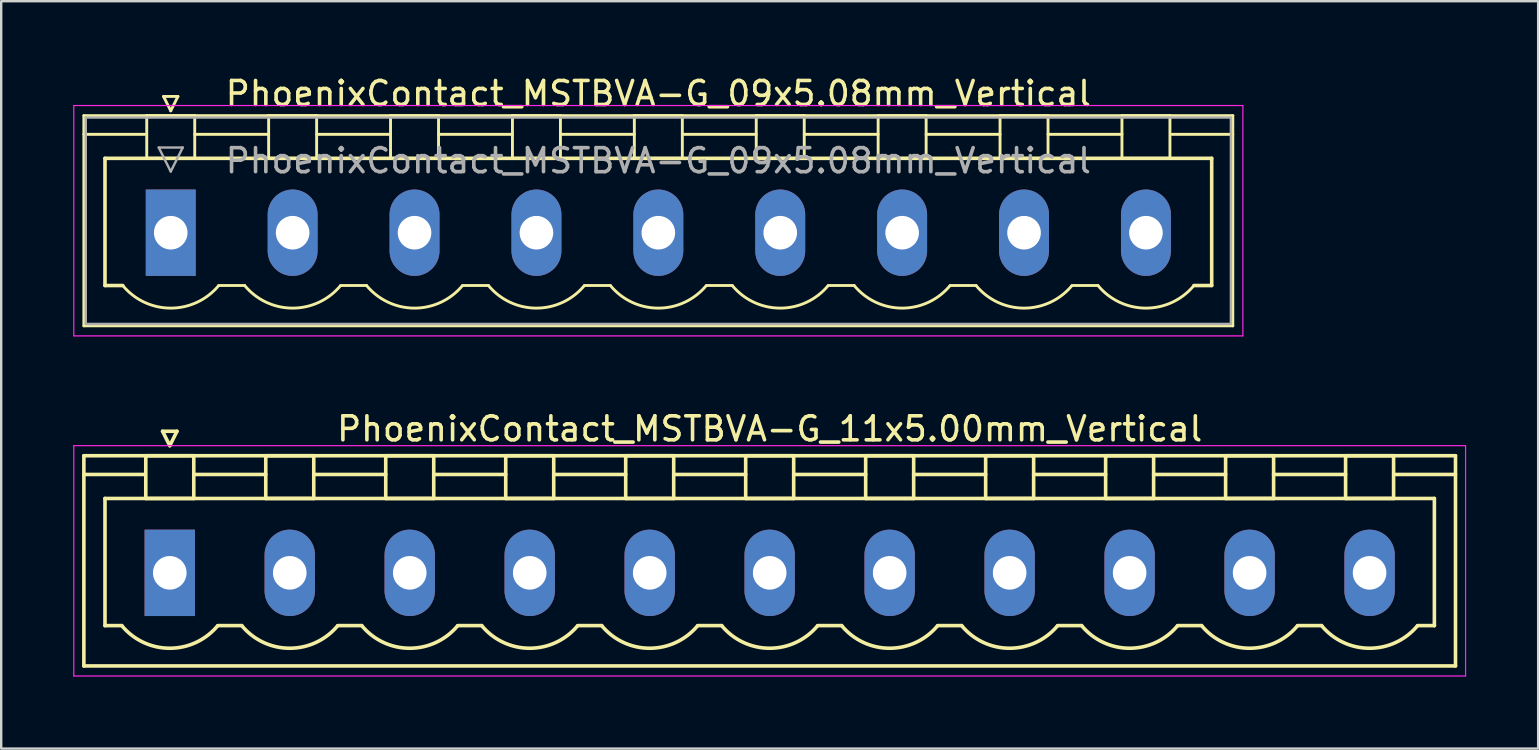
<source format=kicad_pcb>
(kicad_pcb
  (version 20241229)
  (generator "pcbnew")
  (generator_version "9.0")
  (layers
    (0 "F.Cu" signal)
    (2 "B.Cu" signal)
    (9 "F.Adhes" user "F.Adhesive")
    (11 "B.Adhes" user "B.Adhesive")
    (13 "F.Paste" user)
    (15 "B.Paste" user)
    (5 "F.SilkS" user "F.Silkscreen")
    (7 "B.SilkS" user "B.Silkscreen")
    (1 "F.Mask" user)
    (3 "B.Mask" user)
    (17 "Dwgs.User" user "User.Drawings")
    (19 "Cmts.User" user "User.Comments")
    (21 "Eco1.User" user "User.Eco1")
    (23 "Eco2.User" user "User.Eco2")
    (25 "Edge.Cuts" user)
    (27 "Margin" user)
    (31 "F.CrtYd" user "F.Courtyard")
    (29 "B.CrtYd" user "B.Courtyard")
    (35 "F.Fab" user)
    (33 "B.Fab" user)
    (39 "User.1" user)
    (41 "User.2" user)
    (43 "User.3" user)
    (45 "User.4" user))
  (footprint "PhoenixContact_MSTBVA-G_11x5.00mm_Vertical"
    (layer "F.Cu")
    (at 4.025 20.822)
    (property "Reference" "PhoenixContact_MSTBVA-G_11x5.00mm_Vertical" (at 25 -6 0) (layer "F.SilkS") (effects (font (size 1 1) (thickness 0.15))))
    (attr through_hole)
    (fp_line (start -3.58 -4.88) (end -3.58 3.88) (stroke (width 0.15) (type solid)) (layer "F.SilkS"))
    (fp_line (start -3.58 -4.1) (end -1.08 -4.1) (stroke (width 0.15) (type solid)) (layer "F.SilkS"))
    (fp_line (start -3.58 3.88) (end 53.58 3.88) (stroke (width 0.15) (type solid)) (layer "F.SilkS"))
    (fp_line (start -2.7 -3.1) (end 52.7 -3.1) (stroke (width 0.15) (type solid)) (layer "F.SilkS"))
    (fp_line (start -2.7 2.2) (end -2.7 -3.1) (stroke (width 0.15) (type solid)) (layer "F.SilkS"))
    (fp_line (start -2 2.2) (end -2.7 2.2) (stroke (width 0.15) (type solid)) (layer "F.SilkS"))
    (fp_line (start -1 -4.88) (end 1 -4.88) (stroke (width 0.15) (type solid)) (layer "F.SilkS"))
    (fp_line (start -1 -3.1) (end -1 -4.88) (stroke (width 0.15) (type solid)) (layer "F.SilkS"))
    (fp_line (start -0.3 -5.9) (end 0 -5.3) (stroke (width 0.15) (type solid)) (layer "F.SilkS"))
    (fp_line (start 0 -5.3) (end 0.3 -5.9) (stroke (width 0.15) (type solid)) (layer "F.SilkS"))
    (fp_line (start 0.3 -5.9) (end -0.3 -5.9) (stroke (width 0.15) (type solid)) (layer "F.SilkS"))
    (fp_line (start 1 -4.88) (end 1 -3.1) (stroke (width 0.15) (type solid)) (layer "F.SilkS"))
    (fp_line (start 1 -4.1) (end 4 -4.1) (stroke (width 0.15) (type solid)) (layer "F.SilkS"))
    (fp_line (start 1 -3.1) (end -1 -3.1) (stroke (width 0.15) (type solid)) (layer "F.SilkS"))
    (fp_line (start 2 2.2) (end 3 2.2) (stroke (width 0.15) (type solid)) (layer "F.SilkS"))
    (fp_line (start 4 -4.88) (end 6 -4.88) (stroke (width 0.15) (type solid)) (layer "F.SilkS"))
    (fp_line (start 4 -3.1) (end 4 -4.88) (stroke (width 0.15) (type solid)) (layer "F.SilkS"))
    (fp_line (start 6 -4.88) (end 6 -3.1) (stroke (width 0.15) (type solid)) (layer "F.SilkS"))
    (fp_line (start 6 -4.1) (end 9 -4.1) (stroke (width 0.15) (type solid)) (layer "F.SilkS"))
    (fp_line (start 6 -3.1) (end 4 -3.1) (stroke (width 0.15) (type solid)) (layer "F.SilkS"))
    (fp_line (start 7 2.2) (end 8 2.2) (stroke (width 0.15) (type solid)) (layer "F.SilkS"))
    (fp_line (start 9 -4.88) (end 11 -4.88) (stroke (width 0.15) (type solid)) (layer "F.SilkS"))
    (fp_line (start 9 -3.1) (end 9 -4.88) (stroke (width 0.15) (type solid)) (layer "F.SilkS"))
    (fp_line (start 11 -4.88) (end 11 -3.1) (stroke (width 0.15) (type solid)) (layer "F.SilkS"))
    (fp_line (start 11 -4.1) (end 14 -4.1) (stroke (width 0.15) (type solid)) (layer "F.SilkS"))
    (fp_line (start 11 -3.1) (end 9 -3.1) (stroke (width 0.15) (type solid)) (layer "F.SilkS"))
    (fp_line (start 12 2.2) (end 13 2.2) (stroke (width 0.15) (type solid)) (layer "F.SilkS"))
    (fp_line (start 14 -4.88) (end 16 -4.88) (stroke (width 0.15) (type solid)) (layer "F.SilkS"))
    (fp_line (start 14 -3.1) (end 14 -4.88) (stroke (width 0.15) (type solid)) (layer "F.SilkS"))
    (fp_line (start 16 -4.88) (end 16 -3.1) (stroke (width 0.15) (type solid)) (layer "F.SilkS"))
    (fp_line (start 16 -4.1) (end 19 -4.1) (stroke (width 0.15) (type solid)) (layer "F.SilkS"))
    (fp_line (start 16 -3.1) (end 14 -3.1) (stroke (width 0.15) (type solid)) (layer "F.SilkS"))
    (fp_line (start 17 2.2) (end 18 2.2) (stroke (width 0.15) (type solid)) (layer "F.SilkS"))
    (fp_line (start 19 -4.88) (end 21 -4.88) (stroke (width 0.15) (type solid)) (layer "F.SilkS"))
    (fp_line (start 19 -3.1) (end 19 -4.88) (stroke (width 0.15) (type solid)) (layer "F.SilkS"))
    (fp_line (start 21 -4.88) (end 21 -3.1) (stroke (width 0.15) (type solid)) (layer "F.SilkS"))
    (fp_line (start 21 -4.1) (end 24 -4.1) (stroke (width 0.15) (type solid)) (layer "F.SilkS"))
    (fp_line (start 21 -3.1) (end 19 -3.1) (stroke (width 0.15) (type solid)) (layer "F.SilkS"))
    (fp_line (start 22 2.2) (end 23 2.2) (stroke (width 0.15) (type solid)) (layer "F.SilkS"))
    (fp_line (start 24 -4.88) (end 26 -4.88) (stroke (width 0.15) (type solid)) (layer "F.SilkS"))
    (fp_line (start 24 -3.1) (end 24 -4.88) (stroke (width 0.15) (type solid)) (layer "F.SilkS"))
    (fp_line (start 26 -4.88) (end 26 -3.1) (stroke (width 0.15) (type solid)) (layer "F.SilkS"))
    (fp_line (start 26 -4.1) (end 29 -4.1) (stroke (width 0.15) (type solid)) (layer "F.SilkS"))
    (fp_line (start 26 -3.1) (end 24 -3.1) (stroke (width 0.15) (type solid)) (layer "F.SilkS"))
    (fp_line (start 27 2.2) (end 28 2.2) (stroke (width 0.15) (type solid)) (layer "F.SilkS"))
    (fp_line (start 29 -4.88) (end 31 -4.88) (stroke (width 0.15) (type solid)) (layer "F.SilkS"))
    (fp_line (start 29 -3.1) (end 29 -4.88) (stroke (width 0.15) (type solid)) (layer "F.SilkS"))
    (fp_line (start 31 -4.88) (end 31 -3.1) (stroke (width 0.15) (type solid)) (layer "F.SilkS"))
    (fp_line (start 31 -4.1) (end 34 -4.1) (stroke (width 0.15) (type solid)) (layer "F.SilkS"))
    (fp_line (start 31 -3.1) (end 29 -3.1) (stroke (width 0.15) (type solid)) (layer "F.SilkS"))
    (fp_line (start 32 2.2) (end 33 2.2) (stroke (width 0.15) (type solid)) (layer "F.SilkS"))
    (fp_line (start 34 -4.88) (end 36 -4.88) (stroke (width 0.15) (type solid)) (layer "F.SilkS"))
    (fp_line (start 34 -3.1) (end 34 -4.88) (stroke (width 0.15) (type solid)) (layer "F.SilkS"))
    (fp_line (start 36 -4.88) (end 36 -3.1) (stroke (width 0.15) (type solid)) (layer "F.SilkS"))
    (fp_line (start 36 -4.1) (end 39 -4.1) (stroke (width 0.15) (type solid)) (layer "F.SilkS"))
    (fp_line (start 36 -3.1) (end 34 -3.1) (stroke (width 0.15) (type solid)) (layer "F.SilkS"))
    (fp_line (start 37 2.2) (end 38 2.2) (stroke (width 0.15) (type solid)) (layer "F.SilkS"))
    (fp_line (start 39 -4.88) (end 41 -4.88) (stroke (width 0.15) (type solid)) (layer "F.SilkS"))
    (fp_line (start 39 -3.1) (end 39 -4.88) (stroke (width 0.15) (type solid)) (layer "F.SilkS"))
    (fp_line (start 41 -4.88) (end 41 -3.1) (stroke (width 0.15) (type solid)) (layer "F.SilkS"))
    (fp_line (start 41 -4.1) (end 44 -4.1) (stroke (width 0.15) (type solid)) (layer "F.SilkS"))
    (fp_line (start 41 -3.1) (end 39 -3.1) (stroke (width 0.15) (type solid)) (layer "F.SilkS"))
    (fp_line (start 42 2.2) (end 43 2.2) (stroke (width 0.15) (type solid)) (layer "F.SilkS"))
    (fp_line (start 44 -4.88) (end 46 -4.88) (stroke (width 0.15) (type solid)) (layer "F.SilkS"))
    (fp_line (start 44 -3.1) (end 44 -4.88) (stroke (width 0.15) (type solid)) (layer "F.SilkS"))
    (fp_line (start 46 -4.88) (end 46 -3.1) (stroke (width 0.15) (type solid)) (layer "F.SilkS"))
    (fp_line (start 46 -4.1) (end 49 -4.1) (stroke (width 0.15) (type solid)) (layer "F.SilkS"))
    (fp_line (start 46 -3.1) (end 44 -3.1) (stroke (width 0.15) (type solid)) (layer "F.SilkS"))
    (fp_line (start 47 2.2) (end 48 2.2) (stroke (width 0.15) (type solid)) (layer "F.SilkS"))
    (fp_line (start 49 -4.88) (end 51 -4.88) (stroke (width 0.15) (type solid)) (layer "F.SilkS"))
    (fp_line (start 49 -3.1) (end 49 -4.88) (stroke (width 0.15) (type solid)) (layer "F.SilkS"))
    (fp_line (start 51 -4.88) (end 51 -3.1) (stroke (width 0.15) (type solid)) (layer "F.SilkS"))
    (fp_line (start 51 -3.1) (end 49 -3.1) (stroke (width 0.15) (type solid)) (layer "F.SilkS"))
    (fp_line (start 52.7 -3.1) (end 52.7 2.2) (stroke (width 0.15) (type solid)) (layer "F.SilkS"))
    (fp_line (start 52.7 2.2) (end 52 2.2) (stroke (width 0.15) (type solid)) (layer "F.SilkS"))
    (fp_line (start 53.58 -4.88) (end -3.58 -4.88) (stroke (width 0.15) (type solid)) (layer "F.SilkS"))
    (fp_line (start 53.58 -4.1) (end 51.08 -4.1) (stroke (width 0.15) (type solid)) (layer "F.SilkS"))
    (fp_line (start 53.58 3.88) (end 53.58 -4.88) (stroke (width 0.15) (type solid)) (layer "F.SilkS"))
    (fp_arc (start 1.986842 2.215821) (mid -0.010289 3.142758) (end -2 2.2) (stroke (width 0.15) (type solid)) (layer "F.SilkS"))
    (fp_arc (start 6.986842 2.215821) (mid 4.989711 3.142758) (end 3 2.2) (stroke (width 0.15) (type solid)) (layer "F.SilkS"))
    (fp_arc (start 11.986842 2.215821) (mid 9.989711 3.142758) (end 8 2.2) (stroke (width 0.15) (type solid)) (layer "F.SilkS"))
    (fp_arc (start 16.986842 2.215821) (mid 14.989711 3.142758) (end 13 2.2) (stroke (width 0.15) (type solid)) (layer "F.SilkS"))
    (fp_arc (start 21.986842 2.215821) (mid 19.989711 3.142758) (end 18 2.2) (stroke (width 0.15) (type solid)) (layer "F.SilkS"))
    (fp_arc (start 26.986842 2.215821) (mid 24.989711 3.142758) (end 23 2.2) (stroke (width 0.15) (type solid)) (layer "F.SilkS"))
    (fp_arc (start 31.986842 2.215821) (mid 29.989711 3.142758) (end 28 2.2) (stroke (width 0.15) (type solid)) (layer "F.SilkS"))
    (fp_arc (start 36.986842 2.215821) (mid 34.989711 3.142758) (end 33 2.2) (stroke (width 0.15) (type solid)) (layer "F.SilkS"))
    (fp_arc (start 41.986842 2.215821) (mid 39.989711 3.142758) (end 38 2.2) (stroke (width 0.15) (type solid)) (layer "F.SilkS"))
    (fp_arc (start 46.986842 2.215821) (mid 44.989711 3.142758) (end 43 2.2) (stroke (width 0.15) (type solid)) (layer "F.SilkS"))
    (fp_arc (start 51.986842 2.215821) (mid 49.989711 3.142758) (end 48 2.2) (stroke (width 0.15) (type solid)) (layer "F.SilkS"))
    (fp_line (start -4 -5.3) (end -4 4.3) (stroke (width 0.05) (type solid)) (layer "F.CrtYd"))
    (fp_line (start -4 4.3) (end 54 4.3) (stroke (width 0.05) (type solid)) (layer "F.CrtYd"))
    (fp_line (start 54 -5.3) (end -4 -5.3) (stroke (width 0.05) (type solid)) (layer "F.CrtYd"))
    (fp_line (start 54 4.3) (end 54 -5.3) (stroke (width 0.05) (type solid)) (layer "F.CrtYd"))
    (pad "1" thru_hole rect (at 0 0) (size 2.1 3.6) (drill 1.4) (layers "*.Cu" "*.Mask"))
    (pad "2" thru_hole oval (at 5 0) (size 2.1 3.6) (drill 1.4) (layers "*.Cu" "*.Mask"))
    (pad "3" thru_hole oval (at 10 0) (size 2.1 3.6) (drill 1.4) (layers "*.Cu" "*.Mask"))
    (pad "4" thru_hole oval (at 15 0) (size 2.1 3.6) (drill 1.4) (layers "*.Cu" "*.Mask"))
    (pad "5" thru_hole oval (at 20 0) (size 2.1 3.6) (drill 1.4) (layers "*.Cu" "*.Mask"))
    (pad "6" thru_hole oval (at 25 0) (size 2.1 3.6) (drill 1.4) (layers "*.Cu" "*.Mask"))
    (pad "7" thru_hole oval (at 30 0) (size 2.1 3.6) (drill 1.4) (layers "*.Cu" "*.Mask"))
    (pad "8" thru_hole oval (at 35 0) (size 2.1 3.6) (drill 1.4) (layers "*.Cu" "*.Mask"))
    (pad "9" thru_hole oval (at 40 0) (size 2.1 3.6) (drill 1.4) (layers "*.Cu" "*.Mask"))
    (pad "10" thru_hole oval (at 45 0) (size 2.1 3.6) (drill 1.4) (layers "*.Cu" "*.Mask"))
    (pad "11" thru_hole oval (at 50 0) (size 2.1 3.6) (drill 1.4) (layers "*.Cu" "*.Mask")))
  (footprint "PhoenixContact_MSTBVA-G_09x5.08mm_Vertical"
    (layer "F.Cu")
    (at 4.065 6.648)
    (property "Reference" "PhoenixContact_MSTBVA-G_09x5.08mm_Vertical" (at 20.32 -5.8 0) (layer "F.SilkS") (effects (font (size 1 1) (thickness 0.15))))
    (attr through_hole)
    (fp_line (start -3.62 -4.88) (end -3.62 3.88) (stroke (width 0.12) (type solid)) (layer "F.SilkS"))
    (fp_line (start -3.62 -4.1) (end -1.08 -4.1) (stroke (width 0.12) (type solid)) (layer "F.SilkS"))
    (fp_line (start -3.62 3.88) (end 44.26 3.88) (stroke (width 0.12) (type solid)) (layer "F.SilkS"))
    (fp_line (start -2.74 -3.1) (end 43.38 -3.1) (stroke (width 0.15) (type solid)) (layer "F.SilkS"))
    (fp_line (start -2.74 2.2) (end -2.74 -3.1) (stroke (width 0.15) (type solid)) (layer "F.SilkS"))
    (fp_line (start -2 2.2) (end -2.74 2.2) (stroke (width 0.15) (type solid)) (layer "F.SilkS"))
    (fp_line (start -1 -4.88) (end 1 -4.88) (stroke (width 0.12) (type solid)) (layer "F.SilkS"))
    (fp_line (start -1 -3.1) (end -1 -4.88) (stroke (width 0.12) (type solid)) (layer "F.SilkS"))
    (fp_line (start -0.3 -5.68) (end 0.3 -5.68) (stroke (width 0.12) (type solid)) (layer "F.SilkS"))
    (fp_line (start 0 -5.08) (end -0.3 -5.68) (stroke (width 0.12) (type solid)) (layer "F.SilkS"))
    (fp_line (start 0.3 -5.68) (end 0 -5.08) (stroke (width 0.12) (type solid)) (layer "F.SilkS"))
    (fp_line (start 1 -4.88) (end 1 -3.1) (stroke (width 0.12) (type solid)) (layer "F.SilkS"))
    (fp_line (start 1 -4.1) (end 4.08 -4.1) (stroke (width 0.12) (type solid)) (layer "F.SilkS"))
    (fp_line (start 1 -3.1) (end -1 -3.1) (stroke (width 0.12) (type solid)) (layer "F.SilkS"))
    (fp_line (start 2 2.2) (end 3.08 2.2) (stroke (width 0.12) (type solid)) (layer "F.SilkS"))
    (fp_line (start 4.08 -4.88) (end 6.08 -4.88) (stroke (width 0.12) (type solid)) (layer "F.SilkS"))
    (fp_line (start 4.08 -3.1) (end 4.08 -4.88) (stroke (width 0.12) (type solid)) (layer "F.SilkS"))
    (fp_line (start 6.08 -4.88) (end 6.08 -3.1) (stroke (width 0.12) (type solid)) (layer "F.SilkS"))
    (fp_line (start 6.08 -4.1) (end 9.16 -4.1) (stroke (width 0.12) (type solid)) (layer "F.SilkS"))
    (fp_line (start 6.08 -3.1) (end 4.08 -3.1) (stroke (width 0.12) (type solid)) (layer "F.SilkS"))
    (fp_line (start 7.08 2.2) (end 8.16 2.2) (stroke (width 0.12) (type solid)) (layer "F.SilkS"))
    (fp_line (start 9.16 -4.88) (end 11.16 -4.88) (stroke (width 0.12) (type solid)) (layer "F.SilkS"))
    (fp_line (start 9.16 -3.1) (end 9.16 -4.88) (stroke (width 0.12) (type solid)) (layer "F.SilkS"))
    (fp_line (start 11.16 -4.88) (end 11.16 -3.1) (stroke (width 0.12) (type solid)) (layer "F.SilkS"))
    (fp_line (start 11.16 -4.1) (end 14.24 -4.1) (stroke (width 0.12) (type solid)) (layer "F.SilkS"))
    (fp_line (start 11.16 -3.1) (end 9.16 -3.1) (stroke (width 0.12) (type solid)) (layer "F.SilkS"))
    (fp_line (start 12.16 2.2) (end 13.24 2.2) (stroke (width 0.12) (type solid)) (layer "F.SilkS"))
    (fp_line (start 14.24 -4.88) (end 16.24 -4.88) (stroke (width 0.12) (type solid)) (layer "F.SilkS"))
    (fp_line (start 14.24 -3.1) (end 14.24 -4.88) (stroke (width 0.12) (type solid)) (layer "F.SilkS"))
    (fp_line (start 16.24 -4.88) (end 16.24 -3.1) (stroke (width 0.12) (type solid)) (layer "F.SilkS"))
    (fp_line (start 16.24 -4.1) (end 19.32 -4.1) (stroke (width 0.12) (type solid)) (layer "F.SilkS"))
    (fp_line (start 16.24 -3.1) (end 14.24 -3.1) (stroke (width 0.12) (type solid)) (layer "F.SilkS"))
    (fp_line (start 17.24 2.2) (end 18.32 2.2) (stroke (width 0.12) (type solid)) (layer "F.SilkS"))
    (fp_line (start 19.32 -4.88) (end 21.32 -4.88) (stroke (width 0.12) (type solid)) (layer "F.SilkS"))
    (fp_line (start 19.32 -3.1) (end 19.32 -4.88) (stroke (width 0.12) (type solid)) (layer "F.SilkS"))
    (fp_line (start 21.32 -4.88) (end 21.32 -3.1) (stroke (width 0.12) (type solid)) (layer "F.SilkS"))
    (fp_line (start 21.32 -4.1) (end 24.4 -4.1) (stroke (width 0.12) (type solid)) (layer "F.SilkS"))
    (fp_line (start 21.32 -3.1) (end 19.32 -3.1) (stroke (width 0.12) (type solid)) (layer "F.SilkS"))
    (fp_line (start 22.32 2.2) (end 23.4 2.2) (stroke (width 0.12) (type solid)) (layer "F.SilkS"))
    (fp_line (start 24.4 -4.88) (end 26.4 -4.88) (stroke (width 0.12) (type solid)) (layer "F.SilkS"))
    (fp_line (start 24.4 -3.1) (end 24.4 -4.88) (stroke (width 0.12) (type solid)) (layer "F.SilkS"))
    (fp_line (start 26.4 -4.88) (end 26.4 -3.1) (stroke (width 0.12) (type solid)) (layer "F.SilkS"))
    (fp_line (start 26.4 -4.1) (end 29.48 -4.1) (stroke (width 0.12) (type solid)) (layer "F.SilkS"))
    (fp_line (start 26.4 -3.1) (end 24.4 -3.1) (stroke (width 0.12) (type solid)) (layer "F.SilkS"))
    (fp_line (start 27.4 2.2) (end 28.48 2.2) (stroke (width 0.12) (type solid)) (layer "F.SilkS"))
    (fp_line (start 29.48 -4.88) (end 31.48 -4.88) (stroke (width 0.12) (type solid)) (layer "F.SilkS"))
    (fp_line (start 29.48 -3.1) (end 29.48 -4.88) (stroke (width 0.12) (type solid)) (layer "F.SilkS"))
    (fp_line (start 31.48 -4.88) (end 31.48 -3.1) (stroke (width 0.12) (type solid)) (layer "F.SilkS"))
    (fp_line (start 31.48 -4.1) (end 34.56 -4.1) (stroke (width 0.12) (type solid)) (layer "F.SilkS"))
    (fp_line (start 31.48 -3.1) (end 29.48 -3.1) (stroke (width 0.12) (type solid)) (layer "F.SilkS"))
    (fp_line (start 32.48 2.2) (end 33.56 2.2) (stroke (width 0.12) (type solid)) (layer "F.SilkS"))
    (fp_line (start 34.56 -4.88) (end 36.56 -4.88) (stroke (width 0.12) (type solid)) (layer "F.SilkS"))
    (fp_line (start 34.56 -3.1) (end 34.56 -4.88) (stroke (width 0.12) (type solid)) (layer "F.SilkS"))
    (fp_line (start 36.56 -4.88) (end 36.56 -3.1) (stroke (width 0.12) (type solid)) (layer "F.SilkS"))
    (fp_line (start 36.56 -4.1) (end 39.64 -4.1) (stroke (width 0.12) (type solid)) (layer "F.SilkS"))
    (fp_line (start 36.56 -3.1) (end 34.56 -3.1) (stroke (width 0.12) (type solid)) (layer "F.SilkS"))
    (fp_line (start 37.56 2.2) (end 38.64 2.2) (stroke (width 0.12) (type solid)) (layer "F.SilkS"))
    (fp_line (start 39.64 -4.88) (end 41.64 -4.88) (stroke (width 0.12) (type solid)) (layer "F.SilkS"))
    (fp_line (start 39.64 -3.1) (end 39.64 -4.88) (stroke (width 0.12) (type solid)) (layer "F.SilkS"))
    (fp_line (start 41.64 -4.88) (end 41.64 -3.1) (stroke (width 0.12) (type solid)) (layer "F.SilkS"))
    (fp_line (start 41.64 -3.1) (end 39.64 -3.1) (stroke (width 0.12) (type solid)) (layer "F.SilkS"))
    (fp_line (start 43.38 -3.1) (end 43.38 2.2) (stroke (width 0.15) (type solid)) (layer "F.SilkS"))
    (fp_line (start 43.38 2.2) (end 42.64 2.2) (stroke (width 0.15) (type solid)) (layer "F.SilkS"))
    (fp_line (start 44.26 -4.88) (end -3.62 -4.88) (stroke (width 0.12) (type solid)) (layer "F.SilkS"))
    (fp_line (start 44.26 -4.1) (end 41.72 -4.1) (stroke (width 0.12) (type solid)) (layer "F.SilkS"))
    (fp_line (start 44.26 3.88) (end 44.26 -4.88) (stroke (width 0.12) (type solid)) (layer "F.SilkS"))
    (fp_arc (start 1.986842 2.215821) (mid -0.010289 3.142758) (end -2 2.2) (stroke (width 0.12) (type solid)) (layer "F.SilkS"))
    (fp_arc (start 7.066842 2.215821) (mid 5.069711 3.142758) (end 3.08 2.2) (stroke (width 0.12) (type solid)) (layer "F.SilkS"))
    (fp_arc (start 12.146842 2.215821) (mid 10.149711 3.142758) (end 8.16 2.2) (stroke (width 0.12) (type solid)) (layer "F.SilkS"))
    (fp_arc (start 17.226842 2.215821) (mid 15.229711 3.142758) (end 13.24 2.2) (stroke (width 0.12) (type solid)) (layer "F.SilkS"))
    (fp_arc (start 22.306842 2.215821) (mid 20.309711 3.142758) (end 18.32 2.2) (stroke (width 0.12) (type solid)) (layer "F.SilkS"))
    (fp_arc (start 27.386842 2.215821) (mid 25.389711 3.142758) (end 23.4 2.2) (stroke (width 0.12) (type solid)) (layer "F.SilkS"))
    (fp_arc (start 32.466842 2.215821) (mid 30.469711 3.142758) (end 28.48 2.2) (stroke (width 0.12) (type solid)) (layer "F.SilkS"))
    (fp_arc (start 37.546842 2.215821) (mid 35.549711 3.142758) (end 33.56 2.2) (stroke (width 0.12) (type solid)) (layer "F.SilkS"))
    (fp_arc (start 42.626842 2.215821) (mid 40.629711 3.142758) (end 38.64 2.2) (stroke (width 0.12) (type solid)) (layer "F.SilkS"))
    (fp_line (start -4.04 -5.3) (end -4.04 4.3) (stroke (width 0.05) (type solid)) (layer "F.CrtYd"))
    (fp_line (start -4.04 4.3) (end 44.68 4.3) (stroke (width 0.05) (type solid)) (layer "F.CrtYd"))
    (fp_line (start 44.68 -5.3) (end -4.04 -5.3) (stroke (width 0.05) (type solid)) (layer "F.CrtYd"))
    (fp_line (start 44.68 4.3) (end 44.68 -5.3) (stroke (width 0.05) (type solid)) (layer "F.CrtYd"))
    (fp_line (start -3.54 -4.8) (end -3.54 3.8) (stroke (width 0.1) (type solid)) (layer "F.Fab"))
    (fp_line (start -3.54 3.8) (end 44.18 3.8) (stroke (width 0.1) (type solid)) (layer "F.Fab"))
    (fp_line (start -0.5 -3.55) (end 0.5 -3.55) (stroke (width 0.1) (type solid)) (layer "F.Fab"))
    (fp_line (start 0 -2.55) (end -0.5 -3.55) (stroke (width 0.1) (type solid)) (layer "F.Fab"))
    (fp_line (start 0.5 -3.55) (end 0 -2.55) (stroke (width 0.1) (type solid)) (layer "F.Fab"))
    (fp_line (start 44.18 -4.8) (end -3.54 -4.8) (stroke (width 0.1) (type solid)) (layer "F.Fab"))
    (fp_line (start 44.18 3.8) (end 44.18 -4.8) (stroke (width 0.1) (type solid)) (layer "F.Fab"))
    (fp_text user "${REFERENCE}" (at 20.32 -3 0) (layer "F.Fab") (effects (font (size 1 1) (thickness 0.15))))
    (pad "1" thru_hole rect (at 0 0) (size 2.08 3.6) (drill 1.4) (layers "*.Cu" "*.Mask"))
    (pad "2" thru_hole oval (at 5.08 0) (size 2.08 3.6) (drill 1.4) (layers "*.Cu" "*.Mask"))
    (pad "3" thru_hole oval (at 10.16 0) (size 2.08 3.6) (drill 1.4) (layers "*.Cu" "*.Mask"))
    (pad "4" thru_hole oval (at 15.24 0) (size 2.08 3.6) (drill 1.4) (layers "*.Cu" "*.Mask"))
    (pad "5" thru_hole oval (at 20.32 0) (size 2.08 3.6) (drill 1.4) (layers "*.Cu" "*.Mask"))
    (pad "6" thru_hole oval (at 25.4 0) (size 2.08 3.6) (drill 1.4) (layers "*.Cu" "*.Mask"))
    (pad "7" thru_hole oval (at 30.48 0) (size 2.08 3.6) (drill 1.4) (layers "*.Cu" "*.Mask"))
    (pad "8" thru_hole oval (at 35.56 0) (size 2.08 3.6) (drill 1.4) (layers "*.Cu" "*.Mask"))
    (pad "9" thru_hole oval (at 40.64 0) (size 2.08 3.6) (drill 1.4) (layers "*.Cu" "*.Mask")))
  (gr_rect
    (start -3 -3)
    (end 61.05 28.146)
    (stroke (width 0.1) (type default))
    (fill no)
    (layer "Edge.Cuts")))
</source>
